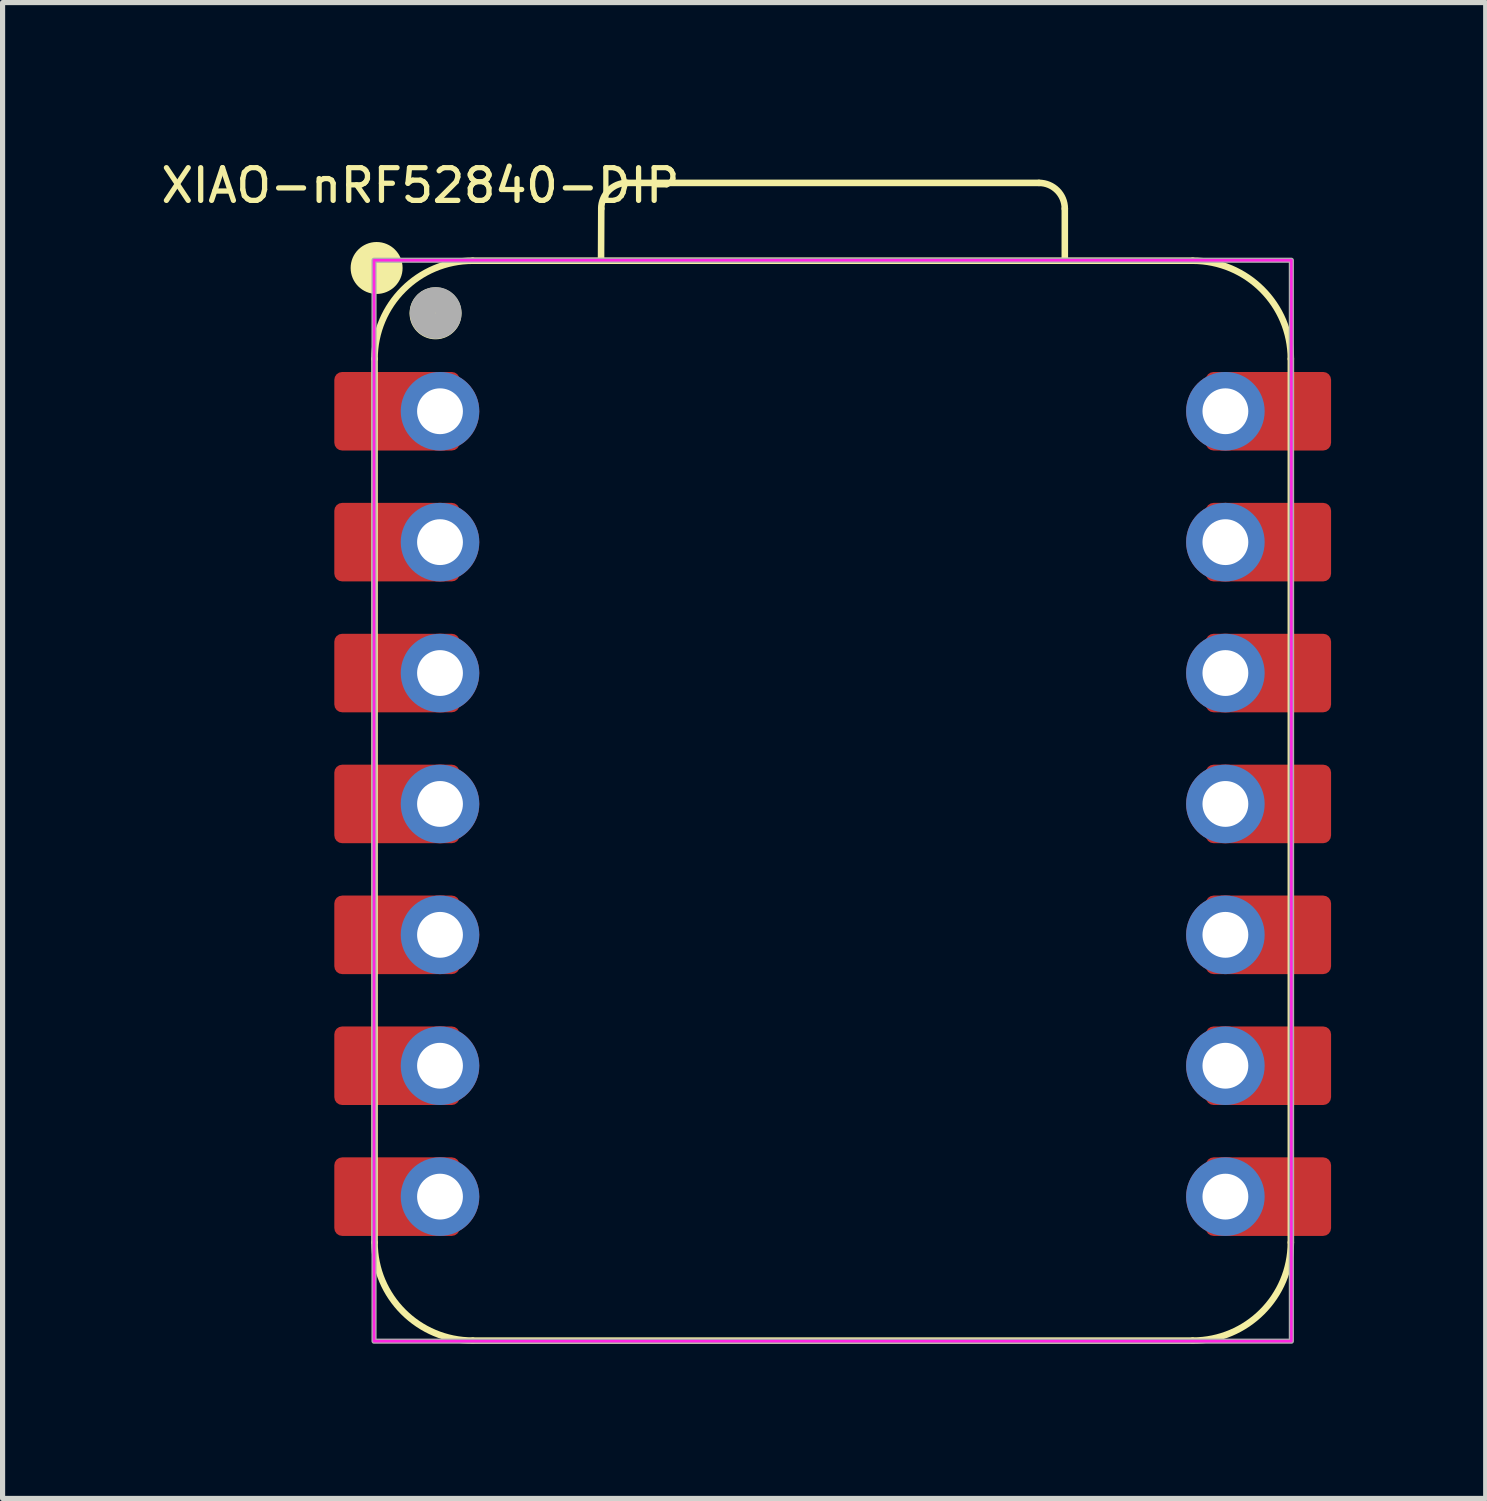
<source format=kicad_pcb>
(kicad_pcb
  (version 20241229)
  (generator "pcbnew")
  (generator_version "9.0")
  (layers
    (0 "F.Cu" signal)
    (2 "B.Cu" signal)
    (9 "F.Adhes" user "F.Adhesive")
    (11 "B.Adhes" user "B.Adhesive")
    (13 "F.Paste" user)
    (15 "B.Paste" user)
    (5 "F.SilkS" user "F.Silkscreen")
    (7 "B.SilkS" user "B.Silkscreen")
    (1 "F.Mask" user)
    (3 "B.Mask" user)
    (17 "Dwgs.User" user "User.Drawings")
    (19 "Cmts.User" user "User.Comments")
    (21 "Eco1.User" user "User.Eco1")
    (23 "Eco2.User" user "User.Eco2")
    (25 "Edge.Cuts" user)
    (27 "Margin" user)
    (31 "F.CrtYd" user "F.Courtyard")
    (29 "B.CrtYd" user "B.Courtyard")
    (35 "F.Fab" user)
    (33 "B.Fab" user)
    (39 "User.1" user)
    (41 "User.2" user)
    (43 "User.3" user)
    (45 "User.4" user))
  (footprint "XIAO-nRF52840-DIP"
    (layer "F.Cu")
    (at 13.108 12.55)
    (property "Reference" "XIAO-nRF52840-DIP" (at -8 -12 0) (unlocked yes) (layer "F.SilkS") (effects (font (size 0.635 0.635) (thickness 0.102))))
    (attr smd)
    (fp_line (start -8.89 8.509) (end -8.89 -8.636) (stroke (width 0.127) (type solid)) (layer "F.SilkS"))
    (fp_line (start -6.985 10.414) (end 6.985 10.414) (stroke (width 0.127) (type solid)) (layer "F.SilkS"))
    (fp_line (start -4.495 -10.541) (end -4.491 -11.551) (stroke (width 0.127) (type solid)) (layer "F.SilkS"))
    (fp_line (start -3.991 -12.051) (end 4.004 -12.051) (stroke (width 0.127) (type solid)) (layer "F.SilkS"))
    (fp_line (start 4.504 -11.551) (end 4.504 -10.541) (stroke (width 0.127) (type solid)) (layer "F.SilkS"))
    (fp_line (start 6.985 -10.541) (end -6.985 -10.541) (stroke (width 0.1) (type solid)) (layer "F.SilkS"))
    (fp_line (start 6.985 -10.541) (end -6.985 -10.541) (stroke (width 0.127) (type solid)) (layer "F.SilkS"))
    (fp_line (start 8.89 8.509) (end 8.89 -8.636) (stroke (width 0.127) (type solid)) (layer "F.SilkS"))
    (fp_arc (start -8.89 -8.636) (mid -8.332038 -9.983038) (end -6.985 -10.541) (stroke (width 0.127) (type solid)) (layer "F.SilkS"))
    (fp_arc (start -6.985 10.414) (mid -8.332038 9.856038) (end -8.89 8.509) (stroke (width 0.127) (type solid)) (layer "F.SilkS"))
    (fp_arc (start -4.491272 -11.551272) (mid -4.344728 -11.90464) (end -3.991272 -12.051) (stroke (width 0.127) (type default)) (layer "F.SilkS"))
    (fp_arc (start 4.004 -12.051) (mid 4.357524 -11.904524) (end 4.504 -11.551) (stroke (width 0.127) (type default)) (layer "F.SilkS"))
    (fp_arc (start 6.985 -10.541) (mid 8.332038 -9.983038) (end 8.89 -8.636) (stroke (width 0.127) (type solid)) (layer "F.SilkS"))
    (fp_arc (start 8.89 8.509) (mid 8.332038 9.856038) (end 6.985 10.414) (stroke (width 0.127) (type solid)) (layer "F.SilkS"))
    (fp_circle (center -8.85 -10.4) (end -8.85 -10.654) (stroke (width 0.5) (type solid)) (fill yes) (layer "F.SilkS"))
    (fp_circle (center -7.707 -9.52) (end -7.707 -9.774) (stroke (width 0.5) (type solid)) (fill yes) (layer "F.SilkS"))
    (fp_rect (start -8.9 -10.55) (end 8.9 10.425) (stroke (width 0.05) (type default)) (fill no) (layer "F.CrtYd"))
    (fp_rect (start -8.9 -10.55) (end 8.9 10.425) (stroke (width 0.1) (type default)) (fill no) (layer "F.Fab"))
    (fp_circle (center -7.704 -9.526) (end -7.704 -9.78) (stroke (width 0.5) (type solid)) (fill no) (layer "F.Fab"))
    (pad "1" smd roundrect (at -8.455 -7.62 180) (size 2.432 1.524) (layers "F.Cu" "F.Mask") (roundrect_rratio 0.1))
    (pad "1" thru_hole circle (at -7.62 -7.62 180) (size 1.524 1.524) (drill 0.889) (layers "*.Cu" "*.Mask"))
    (pad "2" smd roundrect (at -8.455 -5.08 180) (size 2.432 1.524) (layers "F.Cu" "F.Mask") (roundrect_rratio 0.1))
    (pad "2" thru_hole circle (at -7.62 -5.08 180) (size 1.524 1.524) (drill 0.889) (layers "*.Cu" "*.Mask"))
    (pad "3" smd roundrect (at -8.455 -2.54 180) (size 2.432 1.524) (layers "F.Cu" "F.Mask") (roundrect_rratio 0.1))
    (pad "3" thru_hole circle (at -7.62 -2.54 180) (size 1.524 1.524) (drill 0.889) (layers "*.Cu" "*.Mask"))
    (pad "4" smd roundrect (at -8.455 0 180) (size 2.432 1.524) (layers "F.Cu" "F.Mask") (roundrect_rratio 0.1))
    (pad "4" thru_hole circle (at -7.62 0 180) (size 1.524 1.524) (drill 0.889) (layers "*.Cu" "*.Mask"))
    (pad "5" smd roundrect (at -8.455 2.54 180) (size 2.432 1.524) (layers "F.Cu" "F.Mask") (roundrect_rratio 0.1))
    (pad "5" thru_hole circle (at -7.62 2.54 180) (size 1.524 1.524) (drill 0.889) (layers "*.Cu" "*.Mask"))
    (pad "6" smd roundrect (at -8.455 5.08 180) (size 2.432 1.524) (layers "F.Cu" "F.Mask") (roundrect_rratio 0.1))
    (pad "6" thru_hole circle (at -7.62 5.08 180) (size 1.524 1.524) (drill 0.889) (layers "*.Cu" "*.Mask"))
    (pad "7" smd roundrect (at -8.455 7.62 180) (size 2.432 1.524) (layers "F.Cu" "F.Mask") (roundrect_rratio 0.1))
    (pad "7" thru_hole circle (at -7.62 7.62 180) (size 1.524 1.524) (drill 0.889) (layers "*.Cu" "*.Mask"))
    (pad "8" thru_hole circle (at 7.62 7.62) (size 1.524 1.524) (drill 0.889) (layers "*.Cu" "*.Mask"))
    (pad "8" smd roundrect (at 8.455 7.62) (size 2.432 1.524) (layers "F.Cu" "F.Mask") (roundrect_rratio 0.1))
    (pad "9" thru_hole circle (at 7.62 5.08) (size 1.524 1.524) (drill 0.889) (layers "*.Cu" "*.Mask"))
    (pad "9" smd roundrect (at 8.455 5.08) (size 2.432 1.524) (layers "F.Cu" "F.Mask") (roundrect_rratio 0.1))
    (pad "10" thru_hole circle (at 7.62 2.54) (size 1.524 1.524) (drill 0.889) (layers "*.Cu" "*.Mask"))
    (pad "10" smd roundrect (at 8.455 2.54) (size 2.432 1.524) (layers "F.Cu" "F.Mask") (roundrect_rratio 0.1))
    (pad "11" thru_hole circle (at 7.62 0) (size 1.524 1.524) (drill 0.889) (layers "*.Cu" "*.Mask"))
    (pad "11" smd roundrect (at 8.455 0) (size 2.432 1.524) (layers "F.Cu" "F.Mask") (roundrect_rratio 0.1))
    (pad "12" thru_hole circle (at 7.62 -2.54) (size 1.524 1.524) (drill 0.889) (layers "*.Cu" "*.Mask"))
    (pad "12" smd roundrect (at 8.455 -2.54) (size 2.432 1.524) (layers "F.Cu" "F.Mask") (roundrect_rratio 0.1))
    (pad "13" thru_hole circle (at 7.62 -5.08) (size 1.524 1.524) (drill 0.889) (layers "*.Cu" "*.Mask"))
    (pad "13" smd roundrect (at 8.455 -5.08) (size 2.432 1.524) (layers "F.Cu" "F.Mask") (roundrect_rratio 0.1))
    (pad "14" thru_hole circle (at 7.62 -7.62) (size 1.524 1.524) (drill 0.889) (layers "*.Cu" "*.Mask"))
    (pad "14" smd roundrect (at 8.455 -7.62) (size 2.432 1.524) (layers "F.Cu" "F.Mask") (roundrect_rratio 0.1)))
  (gr_rect
    (start -3 -3)
    (end 25.779 26.027)
    (stroke (width 0.1) (type default))
    (fill no)
    (layer "Edge.Cuts")))
</source>
